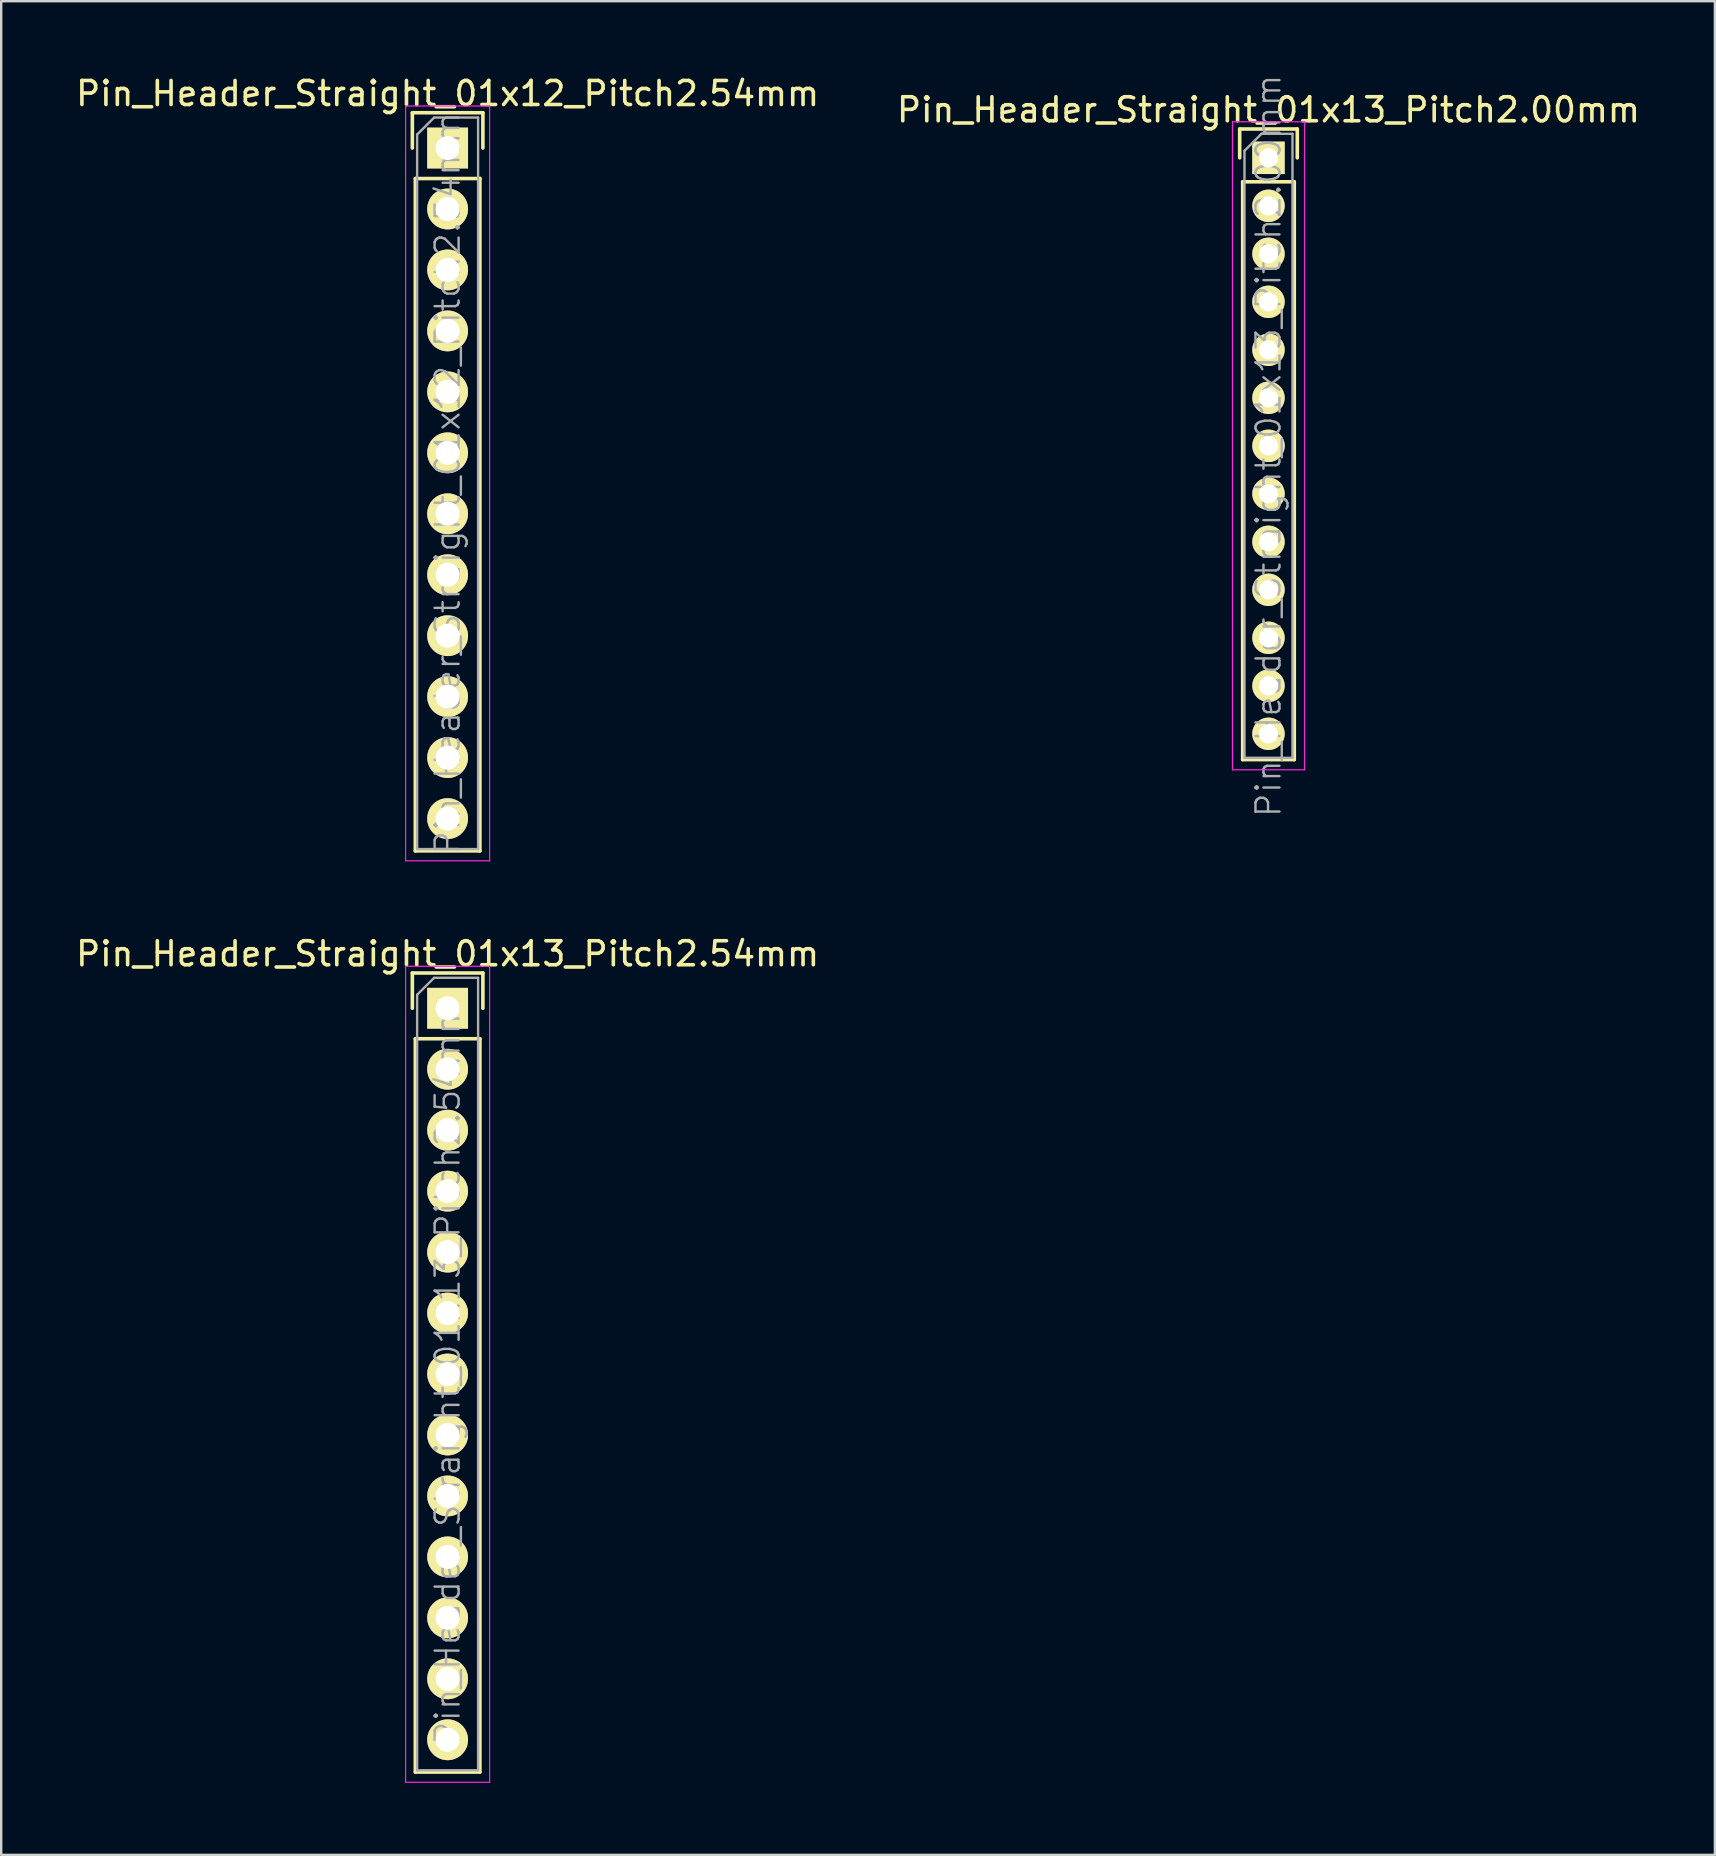
<source format=kicad_pcb>
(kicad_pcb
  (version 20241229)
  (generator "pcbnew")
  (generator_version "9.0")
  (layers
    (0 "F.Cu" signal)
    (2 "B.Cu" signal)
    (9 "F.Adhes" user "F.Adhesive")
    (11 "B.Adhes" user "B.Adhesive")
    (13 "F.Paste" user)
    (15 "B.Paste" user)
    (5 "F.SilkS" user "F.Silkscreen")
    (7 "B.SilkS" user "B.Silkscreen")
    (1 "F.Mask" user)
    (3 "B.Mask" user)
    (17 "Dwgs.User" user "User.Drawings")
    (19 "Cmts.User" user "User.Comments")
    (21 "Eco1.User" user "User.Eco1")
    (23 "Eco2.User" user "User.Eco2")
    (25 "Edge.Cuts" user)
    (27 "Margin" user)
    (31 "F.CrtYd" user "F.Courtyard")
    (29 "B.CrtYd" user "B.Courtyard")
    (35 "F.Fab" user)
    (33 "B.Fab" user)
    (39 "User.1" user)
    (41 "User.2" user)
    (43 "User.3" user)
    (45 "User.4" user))
  (footprint "Pin_Header_Straight_01x12_Pitch2.54mm"
    (layer "F.Cu")
    (at 15.601 3.118)
    (property "Reference" "Pin_Header_Straight_01x12_Pitch2.54mm" (at 0 -2.27 0) (layer "F.SilkS") (effects (font (size 1 1) (thickness 0.15))))
    (attr smd)
    (fp_line (start -1.47 -1.47) (end -1.47 0) (stroke (width 0.15) (type solid)) (layer "F.SilkS"))
    (fp_line (start -1.47 -1.47) (end 1.47 -1.47) (stroke (width 0.15) (type solid)) (layer "F.SilkS"))
    (fp_line (start -1.345 1.27) (end -1.345 29.285) (stroke (width 0.15) (type solid)) (layer "F.SilkS"))
    (fp_line (start -1.345 1.27) (end 1.345 1.27) (stroke (width 0.15) (type solid)) (layer "F.SilkS"))
    (fp_line (start -1.345 29.285) (end 1.345 29.285) (stroke (width 0.15) (type solid)) (layer "F.SilkS"))
    (fp_line (start 1.345 1.27) (end 1.345 29.285) (stroke (width 0.15) (type solid)) (layer "F.SilkS"))
    (fp_line (start 1.47 -1.47) (end 1.47 0) (stroke (width 0.15) (type solid)) (layer "F.SilkS"))
    (fp_line (start -1.75 -1.75) (end -1.75 29.7) (stroke (width 0.05) (type solid)) (layer "F.CrtYd"))
    (fp_line (start 1.75 -1.75) (end -1.75 -1.75) (stroke (width 0.05) (type solid)) (layer "F.CrtYd"))
    (fp_line (start 1.75 -1.75) (end 1.75 29.7) (stroke (width 0.05) (type solid)) (layer "F.CrtYd"))
    (fp_line (start 1.75 29.7) (end -1.75 29.7) (stroke (width 0.05) (type solid)) (layer "F.CrtYd"))
    (fp_line (start -1.27 -0.563) (end -0.563 -1.27) (stroke (width 0.1) (type solid)) (layer "F.Fab"))
    (fp_line (start -1.27 29.21) (end -1.27 -0.563) (stroke (width 0.1) (type solid)) (layer "F.Fab"))
    (fp_line (start 1.27 -1.27) (end -0.563 -1.27) (stroke (width 0.1) (type solid)) (layer "F.Fab"))
    (fp_line (start 1.27 29.21) (end -1.27 29.21) (stroke (width 0.1) (type solid)) (layer "F.Fab"))
    (fp_line (start 1.27 29.21) (end 1.27 -1.27) (stroke (width 0.1) (type solid)) (layer "F.Fab"))
    (fp_text user "${REFERENCE}" (at 0 13.97 90) (layer "F.Fab") (effects (font (size 1 1) (thickness 0.1))))
    (pad "1" thru_hole rect (at 0 0) (size 1.7 1.7) (drill 1) (layers "*.Cu" "*.Mask" "F.SilkS"))
    (pad "2" thru_hole oval (at 0 2.54) (size 1.7 1.7) (drill 1) (layers "*.Cu" "*.Mask" "F.SilkS"))
    (pad "3" thru_hole oval (at 0 5.08) (size 1.7 1.7) (drill 1) (layers "*.Cu" "*.Mask" "F.SilkS"))
    (pad "4" thru_hole oval (at 0 7.62) (size 1.7 1.7) (drill 1) (layers "*.Cu" "*.Mask" "F.SilkS"))
    (pad "5" thru_hole oval (at 0 10.16) (size 1.7 1.7) (drill 1) (layers "*.Cu" "*.Mask" "F.SilkS"))
    (pad "6" thru_hole oval (at 0 12.7) (size 1.7 1.7) (drill 1) (layers "*.Cu" "*.Mask" "F.SilkS"))
    (pad "7" thru_hole oval (at 0 15.24) (size 1.7 1.7) (drill 1) (layers "*.Cu" "*.Mask" "F.SilkS"))
    (pad "8" thru_hole oval (at 0 17.78) (size 1.7 1.7) (drill 1) (layers "*.Cu" "*.Mask" "F.SilkS"))
    (pad "9" thru_hole oval (at 0 20.32) (size 1.7 1.7) (drill 1) (layers "*.Cu" "*.Mask" "F.SilkS"))
    (pad "10" thru_hole oval (at 0 22.86) (size 1.7 1.7) (drill 1) (layers "*.Cu" "*.Mask" "F.SilkS"))
    (pad "11" thru_hole oval (at 0 25.4) (size 1.7 1.7) (drill 1) (layers "*.Cu" "*.Mask" "F.SilkS"))
    (pad "12" thru_hole oval (at 0 27.94) (size 1.7 1.7) (drill 1) (layers "*.Cu" "*.Mask" "F.SilkS")))
  (footprint "Pin_Header_Straight_01x13_Pitch2.54mm"
    (layer "F.Cu")
    (at 15.601 38.962)
    (property "Reference" "Pin_Header_Straight_01x13_Pitch2.54mm" (at 0 -2.27 0) (layer "F.SilkS") (effects (font (size 1 1) (thickness 0.15))))
    (attr smd)
    (fp_line (start -1.47 -1.47) (end -1.47 0) (stroke (width 0.15) (type solid)) (layer "F.SilkS"))
    (fp_line (start -1.47 -1.47) (end 1.47 -1.47) (stroke (width 0.15) (type solid)) (layer "F.SilkS"))
    (fp_line (start -1.345 1.27) (end -1.345 31.825) (stroke (width 0.15) (type solid)) (layer "F.SilkS"))
    (fp_line (start -1.345 1.27) (end 1.345 1.27) (stroke (width 0.15) (type solid)) (layer "F.SilkS"))
    (fp_line (start -1.345 31.825) (end 1.345 31.825) (stroke (width 0.15) (type solid)) (layer "F.SilkS"))
    (fp_line (start 1.345 1.27) (end 1.345 31.825) (stroke (width 0.15) (type solid)) (layer "F.SilkS"))
    (fp_line (start 1.47 -1.47) (end 1.47 0) (stroke (width 0.15) (type solid)) (layer "F.SilkS"))
    (fp_line (start -1.75 -1.75) (end -1.75 32.25) (stroke (width 0.05) (type solid)) (layer "F.CrtYd"))
    (fp_line (start 1.75 -1.75) (end -1.75 -1.75) (stroke (width 0.05) (type solid)) (layer "F.CrtYd"))
    (fp_line (start 1.75 -1.75) (end 1.75 32.25) (stroke (width 0.05) (type solid)) (layer "F.CrtYd"))
    (fp_line (start 1.75 32.25) (end -1.75 32.25) (stroke (width 0.05) (type solid)) (layer "F.CrtYd"))
    (fp_line (start -1.27 -0.563) (end -0.563 -1.27) (stroke (width 0.1) (type solid)) (layer "F.Fab"))
    (fp_line (start -1.27 31.75) (end -1.27 -0.563) (stroke (width 0.1) (type solid)) (layer "F.Fab"))
    (fp_line (start 1.27 -1.27) (end -0.563 -1.27) (stroke (width 0.1) (type solid)) (layer "F.Fab"))
    (fp_line (start 1.27 31.75) (end -1.27 31.75) (stroke (width 0.1) (type solid)) (layer "F.Fab"))
    (fp_line (start 1.27 31.75) (end 1.27 -1.27) (stroke (width 0.1) (type solid)) (layer "F.Fab"))
    (fp_text user "${REFERENCE}" (at 0 15.24 90) (layer "F.Fab") (effects (font (size 1 1) (thickness 0.1))))
    (pad "1" thru_hole rect (at 0 0) (size 1.7 1.7) (drill 1) (layers "*.Cu" "*.Mask" "F.SilkS"))
    (pad "2" thru_hole oval (at 0 2.54) (size 1.7 1.7) (drill 1) (layers "*.Cu" "*.Mask" "F.SilkS"))
    (pad "3" thru_hole oval (at 0 5.08) (size 1.7 1.7) (drill 1) (layers "*.Cu" "*.Mask" "F.SilkS"))
    (pad "4" thru_hole oval (at 0 7.62) (size 1.7 1.7) (drill 1) (layers "*.Cu" "*.Mask" "F.SilkS"))
    (pad "5" thru_hole oval (at 0 10.16) (size 1.7 1.7) (drill 1) (layers "*.Cu" "*.Mask" "F.SilkS"))
    (pad "6" thru_hole oval (at 0 12.7) (size 1.7 1.7) (drill 1) (layers "*.Cu" "*.Mask" "F.SilkS"))
    (pad "7" thru_hole oval (at 0 15.24) (size 1.7 1.7) (drill 1) (layers "*.Cu" "*.Mask" "F.SilkS"))
    (pad "8" thru_hole oval (at 0 17.78) (size 1.7 1.7) (drill 1) (layers "*.Cu" "*.Mask" "F.SilkS"))
    (pad "9" thru_hole oval (at 0 20.32) (size 1.7 1.7) (drill 1) (layers "*.Cu" "*.Mask" "F.SilkS"))
    (pad "10" thru_hole oval (at 0 22.86) (size 1.7 1.7) (drill 1) (layers "*.Cu" "*.Mask" "F.SilkS"))
    (pad "11" thru_hole oval (at 0 25.4) (size 1.7 1.7) (drill 1) (layers "*.Cu" "*.Mask" "F.SilkS"))
    (pad "12" thru_hole oval (at 0 27.94) (size 1.7 1.7) (drill 1) (layers "*.Cu" "*.Mask" "F.SilkS"))
    (pad "13" thru_hole oval (at 0 30.48) (size 1.7 1.7) (drill 1) (layers "*.Cu" "*.Mask" "F.SilkS")))
  (footprint "Pin_Header_Straight_01x13_Pitch2.00mm"
    (layer "F.Cu")
    (at 49.804 3.526)
    (property "Reference" "Pin_Header_Straight_01x13_Pitch2.00mm" (at 0 -2 0) (layer "F.SilkS") (effects (font (size 1 1) (thickness 0.15))))
    (attr smd)
    (fp_line (start -1.2 -1.2) (end -1.2 0) (stroke (width 0.15) (type solid)) (layer "F.SilkS"))
    (fp_line (start -1.2 -1.2) (end 1.2 -1.2) (stroke (width 0.15) (type solid)) (layer "F.SilkS"))
    (fp_line (start -1.075 1) (end -1.075 25.075) (stroke (width 0.15) (type solid)) (layer "F.SilkS"))
    (fp_line (start -1.075 1) (end 1.075 1) (stroke (width 0.15) (type solid)) (layer "F.SilkS"))
    (fp_line (start -1.075 25.075) (end 1.075 25.075) (stroke (width 0.15) (type solid)) (layer "F.SilkS"))
    (fp_line (start 1.075 1) (end 1.075 25.075) (stroke (width 0.15) (type solid)) (layer "F.SilkS"))
    (fp_line (start 1.2 -1.2) (end 1.2 0) (stroke (width 0.15) (type solid)) (layer "F.SilkS"))
    (fp_line (start -1.5 -1.5) (end -1.5 25.5) (stroke (width 0.05) (type solid)) (layer "F.CrtYd"))
    (fp_line (start 1.5 -1.5) (end -1.5 -1.5) (stroke (width 0.05) (type solid)) (layer "F.CrtYd"))
    (fp_line (start 1.5 -1.5) (end 1.5 25.5) (stroke (width 0.05) (type solid)) (layer "F.CrtYd"))
    (fp_line (start 1.5 25.5) (end -1.5 25.5) (stroke (width 0.05) (type solid)) (layer "F.CrtYd"))
    (fp_line (start -1 -0.293) (end -0.293 -1) (stroke (width 0.1) (type solid)) (layer "F.Fab"))
    (fp_line (start -1 25) (end -1 -0.293) (stroke (width 0.1) (type solid)) (layer "F.Fab"))
    (fp_line (start 1 -1) (end -0.293 -1) (stroke (width 0.1) (type solid)) (layer "F.Fab"))
    (fp_line (start 1 25) (end -1 25) (stroke (width 0.1) (type solid)) (layer "F.Fab"))
    (fp_line (start 1 25) (end 1 -1) (stroke (width 0.1) (type solid)) (layer "F.Fab"))
    (fp_text user "${REFERENCE}" (at 0 12 90) (layer "F.Fab") (effects (font (size 1 1) (thickness 0.1))))
    (pad "1" thru_hole rect (at 0 0) (size 1.35 1.35) (drill 0.8) (layers "*.Cu" "*.Mask" "F.SilkS"))
    (pad "2" thru_hole oval (at 0 2) (size 1.35 1.35) (drill 0.8) (layers "*.Cu" "*.Mask" "F.SilkS"))
    (pad "3" thru_hole oval (at 0 4) (size 1.35 1.35) (drill 0.8) (layers "*.Cu" "*.Mask" "F.SilkS"))
    (pad "4" thru_hole oval (at 0 6) (size 1.35 1.35) (drill 0.8) (layers "*.Cu" "*.Mask" "F.SilkS"))
    (pad "5" thru_hole oval (at 0 8) (size 1.35 1.35) (drill 0.8) (layers "*.Cu" "*.Mask" "F.SilkS"))
    (pad "6" thru_hole oval (at 0 10) (size 1.35 1.35) (drill 0.8) (layers "*.Cu" "*.Mask" "F.SilkS"))
    (pad "7" thru_hole oval (at 0 12) (size 1.35 1.35) (drill 0.8) (layers "*.Cu" "*.Mask" "F.SilkS"))
    (pad "8" thru_hole oval (at 0 14) (size 1.35 1.35) (drill 0.8) (layers "*.Cu" "*.Mask" "F.SilkS"))
    (pad "9" thru_hole oval (at 0 16) (size 1.35 1.35) (drill 0.8) (layers "*.Cu" "*.Mask" "F.SilkS"))
    (pad "10" thru_hole oval (at 0 18) (size 1.35 1.35) (drill 0.8) (layers "*.Cu" "*.Mask" "F.SilkS"))
    (pad "11" thru_hole oval (at 0 20) (size 1.35 1.35) (drill 0.8) (layers "*.Cu" "*.Mask" "F.SilkS"))
    (pad "12" thru_hole oval (at 0 22) (size 1.35 1.35) (drill 0.8) (layers "*.Cu" "*.Mask" "F.SilkS"))
    (pad "13" thru_hole oval (at 0 24) (size 1.35 1.35) (drill 0.8) (layers "*.Cu" "*.Mask" "F.SilkS")))
  (gr_rect
    (start -3 -3)
    (end 68.405 74.237)
    (stroke (width 0.1) (type default))
    (fill no)
    (layer "Edge.Cuts")))
</source>
